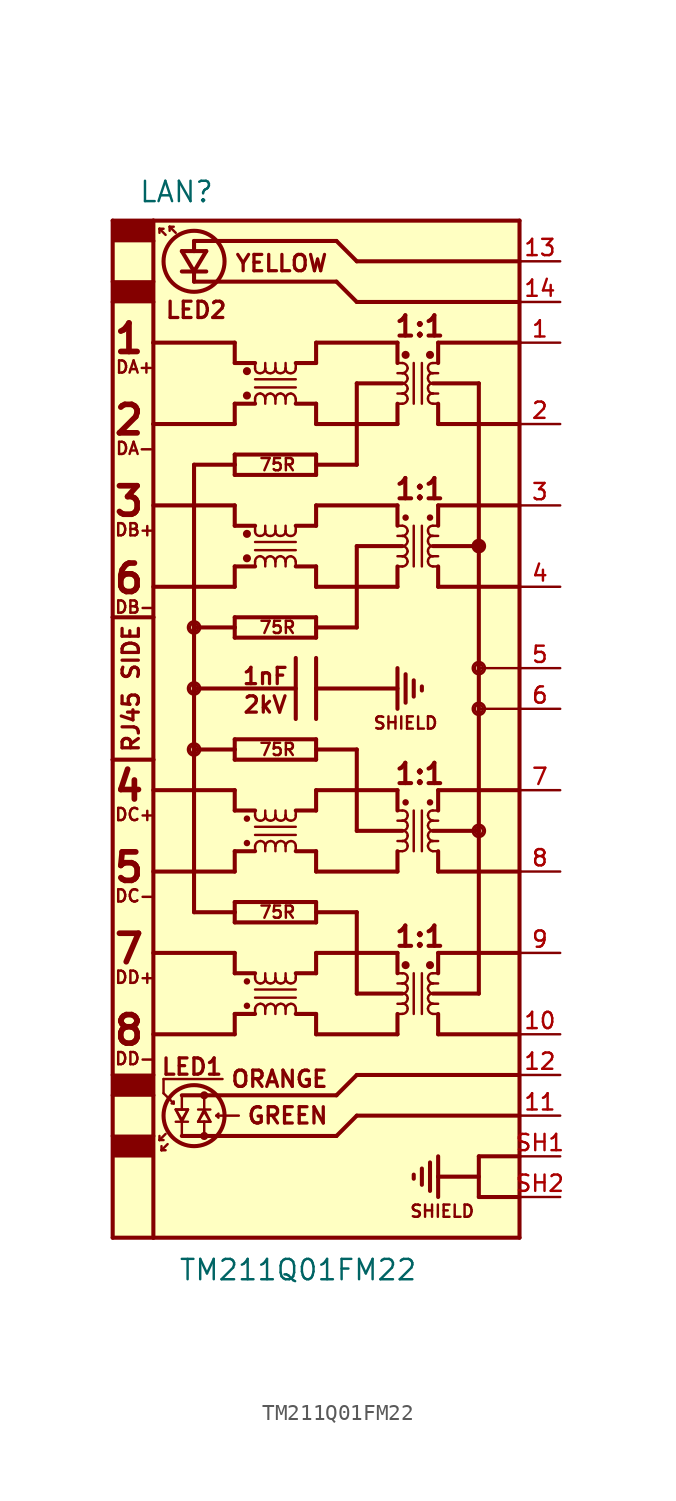
<source format=kicad_sym>
(kicad_symbol_lib
  (version 20220914)
  (generator kicad_symbol_editor)
  (symbol "TM211Q01FM22"
    (pin_names
      (offset 1.016) hide)
    (property "Reference" "LAN"
      (at -6.35 33.02 0)
      (effects (font (size 1.27 1.27)) (justify right top)))
    (property "Value" "TM211Q01FM22"
      (at 6.35 -34.29 0)
      (effects (font (size 1.27 1.27)) (justify right top)))
    (symbol "TM211Q01FM22_1_0"
      (polyline (pts (xy -12.7 -33.02) (xy -10.16 -33.02)) (stroke (width 0.254) (type solid)) (fill (type none)))
      (polyline (pts (xy -12.7 -26.67) (xy -12.7 -33.02)) (stroke (width 0.254) (type solid)) (fill (type none)))
      (polyline (pts (xy -12.7 -24.13) (xy -12.7 -26.67)) (stroke (width 0.254) (type solid)) (fill (type none)))
      (polyline (pts (xy -12.7 -22.86) (xy -12.7 -24.13)) (stroke (width 0.254) (type solid)) (fill (type none)))
      (polyline (pts (xy -12.7 -22.86) (xy -10.16 -22.86)) (stroke (width 0) (type solid)) (fill (type none)))
      (polyline (pts (xy -12.7 -3.175) (xy -12.7 -22.86)) (stroke (width 0.254) (type solid)) (fill (type none)))
      (polyline (pts (xy -12.7 -3.175) (xy -10.16 -3.175)) (stroke (width 0.254) (type solid)) (fill (type none)))
      (polyline (pts (xy -12.7 5.715) (xy -12.7 -3.175)) (stroke (width 0.254) (type solid)) (fill (type none)))
      (polyline (pts (xy -12.7 5.715) (xy -10.16 5.715)) (stroke (width 0.254) (type solid)) (fill (type none)))
      (polyline (pts (xy -12.7 25.4) (xy -12.7 5.715)) (stroke (width 0.254) (type solid)) (fill (type none)))
      (polyline (pts (xy -12.7 26.67) (xy -12.7 25.4)) (stroke (width 0.254) (type solid)) (fill (type none)))
      (polyline (pts (xy -12.7 30.48) (xy -12.7 26.67)) (stroke (width 0.254) (type solid)) (fill (type none)))
      (polyline (pts (xy -10.16 -33.02) (xy -10.16 -26.67)) (stroke (width 0.254) (type solid)) (fill (type none)))
      (polyline (pts (xy -10.16 -26.67) (xy -12.7 -26.67)) (stroke (width 0) (type solid)) (fill (type none)))
      (polyline (pts (xy -10.16 -26.67) (xy -10.16 -24.13)) (stroke (width 0.254) (type solid)) (fill (type none)))
      (polyline (pts (xy -10.16 -24.13) (xy -12.7 -24.13)) (stroke (width 0) (type solid)) (fill (type none)))
      (polyline (pts (xy -10.16 -24.13) (xy -10.16 -22.86)) (stroke (width 0.254) (type solid)) (fill (type none)))
      (polyline (pts (xy -10.16 -22.86) (xy -10.16 -3.175)) (stroke (width 0.254) (type solid)) (fill (type none)))
      (polyline (pts (xy -10.16 -20.32) (xy -5.08 -20.32)) (stroke (width 0.254) (type solid)) (fill (type none)))
      (polyline (pts (xy -10.16 -15.24) (xy -5.08 -15.24)) (stroke (width 0.254) (type solid)) (fill (type none)))
      (polyline (pts (xy -10.16 -10.16) (xy -5.08 -10.16)) (stroke (width 0.254) (type solid)) (fill (type none)))
      (polyline (pts (xy -10.16 -5.08) (xy -5.08 -5.08)) (stroke (width 0.254) (type solid)) (fill (type none)))
      (polyline (pts (xy -10.16 -3.175) (xy -10.16 5.715)) (stroke (width 0.254) (type solid)) (fill (type none)))
      (polyline (pts (xy -10.16 5.715) (xy -10.16 17.78)) (stroke (width 0.254) (type solid)) (fill (type none)))
      (polyline (pts (xy -10.16 7.62) (xy -5.08 7.62)) (stroke (width 0.254) (type solid)) (fill (type none)))
      (polyline (pts (xy -10.16 12.7) (xy -5.08 12.7)) (stroke (width 0.254) (type solid)) (fill (type none)))
      (polyline (pts (xy -10.16 17.78) (xy -10.16 22.86)) (stroke (width 0.254) (type solid)) (fill (type none)))
      (polyline (pts (xy -10.16 17.78) (xy -5.08 17.78)) (stroke (width 0.254) (type solid)) (fill (type none)))
      (polyline (pts (xy -10.16 22.86) (xy -10.16 25.4)) (stroke (width 0.254) (type solid)) (fill (type none)))
      (polyline (pts (xy -10.16 22.86) (xy -5.08 22.86)) (stroke (width 0.254) (type solid)) (fill (type none)))
      (polyline (pts (xy -10.16 25.4) (xy -12.7 25.4)) (stroke (width 0) (type solid)) (fill (type none)))
      (polyline (pts (xy -10.16 25.4) (xy -10.16 26.67)) (stroke (width 0.254) (type solid)) (fill (type none)))
      (polyline (pts (xy -10.16 26.67) (xy -12.7 26.67)) (stroke (width 0) (type solid)) (fill (type none)))
      (polyline (pts (xy -10.16 26.67) (xy -10.16 29.21)) (stroke (width 0.254) (type solid)) (fill (type none)))
      (polyline (pts (xy -10.16 29.21) (xy -12.7 29.21)) (stroke (width 0) (type solid)) (fill (type none)))
      (polyline (pts (xy -10.16 29.21) (xy -10.16 30.48)) (stroke (width 0.254) (type solid)) (fill (type none)))
      (polyline (pts (xy -10.16 30.48) (xy -12.7 30.48)) (stroke (width 0.254) (type solid)) (fill (type none)))
      (polyline (pts (xy -10.16 30.48) (xy 12.7 30.48)) (stroke (width 0.254) (type solid)) (fill (type none)))
      (polyline (pts (xy -9.779 -26.924) (xy -9.779 -26.67)) (stroke (width 0) (type solid)) (fill (type none)))
      (polyline (pts (xy -9.779 -26.924) (xy -9.525 -26.924)) (stroke (width 0) (type solid)) (fill (type none)))
      (polyline (pts (xy -9.779 29.972) (xy -9.779 29.718)) (stroke (width 0) (type solid)) (fill (type none)))
      (polyline (pts (xy -9.652 -27.559) (xy -9.398 -27.559)) (stroke (width 0) (type solid)) (fill (type none)))
      (polyline (pts (xy -9.652 -27.305) (xy -9.652 -27.559)) (stroke (width 0) (type solid)) (fill (type none)))
      (polyline (pts (xy -9.525 -24.003) (xy -9.525 -23.114)) (stroke (width 0) (type solid)) (fill (type none)))
      (polyline (pts (xy -9.525 -23.114) (xy -5.842 -23.114)) (stroke (width 0) (type solid)) (fill (type none)))
      (polyline (pts (xy -9.525 29.972) (xy -9.779 29.972)) (stroke (width 0) (type solid)) (fill (type none)))
      (polyline (pts (xy -9.398 -26.543) (xy -9.779 -26.924)) (stroke (width 0) (type solid)) (fill (type none)))
      (polyline (pts (xy -9.398 29.591) (xy -9.779 29.972)) (stroke (width 0) (type solid)) (fill (type none)))
      (polyline (pts (xy -9.271 -27.178) (xy -9.652 -27.559)) (stroke (width 0) (type solid)) (fill (type none)))
      (polyline (pts (xy -9.144 30.099) (xy -9.144 29.845)) (stroke (width 0) (type solid)) (fill (type none)))
      (polyline (pts (xy -9.144 30.099) (xy -8.89 30.099)) (stroke (width 0) (type solid)) (fill (type none)))
      (polyline (pts (xy -8.89 -24.638) (xy -9.525 -24.003)) (stroke (width 0) (type solid)) (fill (type none)))
      (polyline (pts (xy -8.89 -24.638) (xy -9.017 -24.638)) (stroke (width 0) (type solid)) (fill (type none)))
      (polyline (pts (xy -8.89 -24.511) (xy -8.89 -24.638)) (stroke (width 0) (type solid)) (fill (type none)))
      (polyline (pts (xy -8.763 -25.781) (xy -8.382 -25.781)) (stroke (width 0) (type solid)) (fill (type none)))
      (polyline (pts (xy -8.763 -25.019) (xy -8.382 -25.781)) (stroke (width 0) (type solid)) (fill (type none)))
      (polyline (pts (xy -8.763 -25.019) (xy -8.382 -25.019)) (stroke (width 0) (type solid)) (fill (type none)))
      (polyline (pts (xy -8.763 29.718) (xy -9.144 30.099)) (stroke (width 0) (type solid)) (fill (type none)))
      (polyline (pts (xy -8.382 -26.67) (xy -6.985 -26.67)) (stroke (width 0.254) (type solid)) (fill (type none)))
      (polyline (pts (xy -8.382 -25.781) (xy -8.382 -26.67)) (stroke (width 0) (type solid)) (fill (type none)))
      (polyline (pts (xy -8.382 -25.781) (xy -8.001 -25.781)) (stroke (width 0) (type solid)) (fill (type none)))
      (polyline (pts (xy -8.382 -25.781) (xy -8.001 -25.019)) (stroke (width 0) (type solid)) (fill (type none)))
      (polyline (pts (xy -8.382 -25.019) (xy -8.382 -24.13)) (stroke (width 0) (type solid)) (fill (type none)))
      (polyline (pts (xy -8.382 -25.019) (xy -8.001 -25.019)) (stroke (width 0) (type solid)) (fill (type none)))
      (polyline (pts (xy -8.382 -24.13) (xy -6.985 -24.13)) (stroke (width 0.254) (type solid)) (fill (type none)))
      (polyline (pts (xy -7.62 -12.7) (xy -7.62 -2.54)) (stroke (width 0.254) (type solid)) (fill (type none)))
      (polyline (pts (xy -7.62 -2.54) (xy -7.62 1.27)) (stroke (width 0.254) (type solid)) (fill (type none)))
      (polyline (pts (xy -7.62 1.27) (xy -7.62 5.08)) (stroke (width 0.254) (type solid)) (fill (type none)))
      (polyline (pts (xy -7.62 1.27) (xy -1.27 1.27)) (stroke (width 0.254) (type solid)) (fill (type none)))
      (polyline (pts (xy -7.62 15.24) (xy -7.62 5.08)) (stroke (width 0.254) (type solid)) (fill (type none)))
      (polyline (pts (xy -7.62 26.67) (xy 1.27 26.67)) (stroke (width 0.254) (type solid)) (fill (type none)))
      (polyline (pts (xy -7.62 27.305) (xy -8.382 27.305)) (stroke (width 0.254) (type solid)) (fill (type none)))
      (polyline (pts (xy -7.62 27.305) (xy -8.382 28.575)) (stroke (width 0.254) (type solid)) (fill (type outline)))
      (polyline (pts (xy -7.62 27.305) (xy -7.62 26.67)) (stroke (width 0.254) (type solid)) (fill (type none)))
      (polyline (pts (xy -7.62 28.575) (xy -7.62 29.21)) (stroke (width 0.254) (type solid)) (fill (type none)))
      (polyline (pts (xy -7.62 29.21) (xy 1.27 29.21)) (stroke (width 0.254) (type solid)) (fill (type none)))
      (polyline (pts (xy -7.366 -25.781) (xy -6.985 -25.781)) (stroke (width 0) (type solid)) (fill (type none)))
      (polyline (pts (xy -7.366 -25.781) (xy -6.985 -25.019)) (stroke (width 0) (type solid)) (fill (type none)))
      (polyline (pts (xy -7.366 -25.019) (xy -6.985 -25.019)) (stroke (width 0) (type solid)) (fill (type none)))
      (polyline (pts (xy -6.985 -26.67) (xy 1.27 -26.67)) (stroke (width 0.254) (type solid)) (fill (type none)))
      (polyline (pts (xy -6.985 -25.781) (xy -6.985 -26.67)) (stroke (width 0) (type solid)) (fill (type none)))
      (polyline (pts (xy -6.985 -25.781) (xy -6.604 -25.781)) (stroke (width 0) (type solid)) (fill (type none)))
      (polyline (pts (xy -6.985 -25.019) (xy -6.985 -24.13)) (stroke (width 0) (type solid)) (fill (type none)))
      (polyline (pts (xy -6.985 -25.019) (xy -6.604 -25.781)) (stroke (width 0) (type solid)) (fill (type none)))
      (polyline (pts (xy -6.985 -25.019) (xy -6.604 -25.019)) (stroke (width 0) (type solid)) (fill (type none)))
      (polyline (pts (xy -6.985 -24.13) (xy 1.27 -24.13)) (stroke (width 0.254) (type solid)) (fill (type none)))
      (polyline (pts (xy -6.858 27.305) (xy -7.62 27.305)) (stroke (width 0.254) (type solid)) (fill (type none)))
      (polyline (pts (xy -6.858 28.575) (xy -8.382 28.575)) (stroke (width 0.254) (type solid)) (fill (type none)))
      (polyline (pts (xy -6.858 28.575) (xy -7.62 27.305)) (stroke (width 0.254) (type solid)) (fill (type none)))
      (polyline (pts (xy -6.223 -25.4) (xy -6.096 -25.527)) (stroke (width 0) (type solid)) (fill (type none)))
      (polyline (pts (xy -6.223 -25.4) (xy -4.826 -25.4)) (stroke (width 0) (type solid)) (fill (type none)))
      (polyline (pts (xy -6.096 -25.273) (xy -6.223 -25.4)) (stroke (width 0) (type solid)) (fill (type none)))
      (polyline (pts (xy -5.08 -20.32) (xy -5.08 -19.05)) (stroke (width 0.254) (type solid)) (fill (type none)))
      (polyline (pts (xy -5.08 -19.05) (xy -3.81 -19.05)) (stroke (width 0.254) (type solid)) (fill (type none)))
      (polyline (pts (xy -5.08 -16.51) (xy -3.81 -16.51)) (stroke (width 0.254) (type solid)) (fill (type none)))
      (polyline (pts (xy -5.08 -15.24) (xy -5.08 -16.51)) (stroke (width 0.254) (type solid)) (fill (type none)))
      (polyline (pts (xy -5.08 -13.335) (xy -5.08 -12.7)) (stroke (width 0.254) (type solid)) (fill (type none)))
      (polyline (pts (xy -5.08 -12.7) (xy -7.62 -12.7)) (stroke (width 0.254) (type solid)) (fill (type none)))
      (polyline (pts (xy -5.08 -12.7) (xy -5.08 -12.065)) (stroke (width 0.254) (type solid)) (fill (type none)))
      (polyline (pts (xy -5.08 -12.065) (xy 0 -12.065)) (stroke (width 0.254) (type solid)) (fill (type none)))
      (polyline (pts (xy -5.08 -10.16) (xy -5.08 -8.89)) (stroke (width 0.254) (type solid)) (fill (type none)))
      (polyline (pts (xy -5.08 -8.89) (xy -3.81 -8.89)) (stroke (width 0.254) (type solid)) (fill (type none)))
      (polyline (pts (xy -5.08 -6.35) (xy -3.81 -6.35)) (stroke (width 0.254) (type solid)) (fill (type none)))
      (polyline (pts (xy -5.08 -5.08) (xy -5.08 -6.35)) (stroke (width 0.254) (type solid)) (fill (type none)))
      (polyline (pts (xy -5.08 -3.175) (xy -5.08 -2.54)) (stroke (width 0.254) (type solid)) (fill (type none)))
      (polyline (pts (xy -5.08 -2.54) (xy -7.62 -2.54)) (stroke (width 0.254) (type solid)) (fill (type none)))
      (polyline (pts (xy -5.08 -2.54) (xy -5.08 -1.905)) (stroke (width 0.254) (type solid)) (fill (type none)))
      (polyline (pts (xy -5.08 -1.905) (xy 0 -1.905)) (stroke (width 0.254) (type solid)) (fill (type none)))
      (polyline (pts (xy -5.08 4.445) (xy -5.08 5.08)) (stroke (width 0.254) (type solid)) (fill (type none)))
      (polyline (pts (xy -5.08 5.08) (xy -7.62 5.08)) (stroke (width 0.254) (type solid)) (fill (type none)))
      (polyline (pts (xy -5.08 5.08) (xy -5.08 5.715)) (stroke (width 0.254) (type solid)) (fill (type none)))
      (polyline (pts (xy -5.08 5.715) (xy 0 5.715)) (stroke (width 0.254) (type solid)) (fill (type none)))
      (polyline (pts (xy -5.08 7.62) (xy -5.08 8.89)) (stroke (width 0.254) (type solid)) (fill (type none)))
      (polyline (pts (xy -5.08 8.89) (xy -3.81 8.89)) (stroke (width 0.254) (type solid)) (fill (type none)))
      (polyline (pts (xy -5.08 11.43) (xy -3.81 11.43)) (stroke (width 0.254) (type solid)) (fill (type none)))
      (polyline (pts (xy -5.08 12.7) (xy -5.08 11.43)) (stroke (width 0.254) (type solid)) (fill (type none)))
      (polyline (pts (xy -5.08 14.605) (xy -5.08 15.24)) (stroke (width 0.254) (type solid)) (fill (type none)))
      (polyline (pts (xy -5.08 15.24) (xy -7.62 15.24)) (stroke (width 0.254) (type solid)) (fill (type none)))
      (polyline (pts (xy -5.08 15.24) (xy -5.08 15.875)) (stroke (width 0.254) (type solid)) (fill (type none)))
      (polyline (pts (xy -5.08 15.875) (xy 0 15.875)) (stroke (width 0.254) (type solid)) (fill (type none)))
      (polyline (pts (xy -5.08 17.78) (xy -5.08 19.05)) (stroke (width 0.254) (type solid)) (fill (type none)))
      (polyline (pts (xy -5.08 19.05) (xy -3.81 19.05)) (stroke (width 0.254) (type solid)) (fill (type none)))
      (polyline (pts (xy -5.08 21.59) (xy -3.81 21.59)) (stroke (width 0.254) (type solid)) (fill (type none)))
      (polyline (pts (xy -5.08 22.86) (xy -5.08 21.59)) (stroke (width 0.254) (type solid)) (fill (type none)))
      (polyline (pts (xy -3.81 -19.05) (xy -3.81 -18.72)) (stroke (width 0) (type solid)) (fill (type none)))
      (polyline (pts (xy -3.81 -18.034) (xy -1.27 -18.034)) (stroke (width 0) (type solid)) (fill (type none)))
      (polyline (pts (xy -3.81 -17.526) (xy -1.27 -17.526)) (stroke (width 0) (type solid)) (fill (type none)))
      (polyline (pts (xy -3.81 -16.51) (xy -3.81 -16.815)) (stroke (width 0) (type solid)) (fill (type none)))
      (polyline (pts (xy -3.81 -8.89) (xy -3.81 -8.56)) (stroke (width 0) (type solid)) (fill (type none)))
      (polyline (pts (xy -3.81 -7.874) (xy -1.27 -7.874)) (stroke (width 0) (type solid)) (fill (type none)))
      (polyline (pts (xy -3.81 -7.366) (xy -1.27 -7.366)) (stroke (width 0) (type solid)) (fill (type none)))
      (polyline (pts (xy -3.81 -6.35) (xy -3.81 -6.655)) (stroke (width 0) (type solid)) (fill (type none)))
      (polyline (pts (xy -3.81 8.89) (xy -3.81 9.195)) (stroke (width 0) (type solid)) (fill (type none)))
      (polyline (pts (xy -3.81 9.906) (xy -1.27 9.906)) (stroke (width 0) (type solid)) (fill (type none)))
      (polyline (pts (xy -3.81 10.414) (xy -1.27 10.414)) (stroke (width 0) (type solid)) (fill (type none)))
      (polyline (pts (xy -3.81 11.43) (xy -3.81 11.1)) (stroke (width 0) (type solid)) (fill (type none)))
      (polyline (pts (xy -3.81 19.05) (xy -3.81 19.355)) (stroke (width 0) (type solid)) (fill (type none)))
      (polyline (pts (xy -3.81 20.066) (xy -1.27 20.066)) (stroke (width 0) (type solid)) (fill (type none)))
      (polyline (pts (xy -3.81 20.574) (xy -1.27 20.574)) (stroke (width 0) (type solid)) (fill (type none)))
      (polyline (pts (xy -3.81 21.59) (xy -3.81 21.26)) (stroke (width 0) (type solid)) (fill (type none)))
      (polyline (pts (xy -3.175 -19.05) (xy -3.175 -18.72)) (stroke (width 0) (type solid)) (fill (type none)))
      (polyline (pts (xy -3.175 -16.51) (xy -3.175 -16.815)) (stroke (width 0) (type solid)) (fill (type none)))
      (polyline (pts (xy -3.175 -8.89) (xy -3.175 -8.56)) (stroke (width 0) (type solid)) (fill (type none)))
      (polyline (pts (xy -3.175 -6.35) (xy -3.175 -6.655)) (stroke (width 0) (type solid)) (fill (type none)))
      (polyline (pts (xy -3.175 8.89) (xy -3.175 9.195)) (stroke (width 0) (type solid)) (fill (type none)))
      (polyline (pts (xy -3.175 11.43) (xy -3.175 11.1)) (stroke (width 0) (type solid)) (fill (type none)))
      (polyline (pts (xy -3.175 19.05) (xy -3.175 19.355)) (stroke (width 0) (type solid)) (fill (type none)))
      (polyline (pts (xy -3.175 21.59) (xy -3.175 21.26)) (stroke (width 0) (type solid)) (fill (type none)))
      (polyline (pts (xy -2.54 -19.05) (xy -2.54 -18.72)) (stroke (width 0) (type solid)) (fill (type none)))
      (polyline (pts (xy -2.54 -16.51) (xy -2.54 -16.815)) (stroke (width 0) (type solid)) (fill (type none)))
      (polyline (pts (xy -2.54 -8.89) (xy -2.54 -8.56)) (stroke (width 0) (type solid)) (fill (type none)))
      (polyline (pts (xy -2.54 -6.35) (xy -2.54 -6.655)) (stroke (width 0) (type solid)) (fill (type none)))
      (polyline (pts (xy -2.54 8.89) (xy -2.54 9.195)) (stroke (width 0) (type solid)) (fill (type none)))
      (polyline (pts (xy -2.54 11.43) (xy -2.54 11.1)) (stroke (width 0) (type solid)) (fill (type none)))
      (polyline (pts (xy -2.54 19.05) (xy -2.54 19.355)) (stroke (width 0) (type solid)) (fill (type none)))
      (polyline (pts (xy -2.54 21.59) (xy -2.54 21.26)) (stroke (width 0) (type solid)) (fill (type none)))
      (polyline (pts (xy -1.905 -19.05) (xy -1.905 -18.72)) (stroke (width 0) (type solid)) (fill (type none)))
      (polyline (pts (xy -1.905 -16.51) (xy -1.905 -16.815)) (stroke (width 0) (type solid)) (fill (type none)))
      (polyline (pts (xy -1.905 -8.89) (xy -1.905 -8.56)) (stroke (width 0) (type solid)) (fill (type none)))
      (polyline (pts (xy -1.905 -6.35) (xy -1.905 -6.655)) (stroke (width 0) (type solid)) (fill (type none)))
      (polyline (pts (xy -1.905 8.89) (xy -1.905 9.195)) (stroke (width 0) (type solid)) (fill (type none)))
      (polyline (pts (xy -1.905 11.43) (xy -1.905 11.1)) (stroke (width 0) (type solid)) (fill (type none)))
      (polyline (pts (xy -1.905 19.05) (xy -1.905 19.355)) (stroke (width 0) (type solid)) (fill (type none)))
      (polyline (pts (xy -1.905 21.59) (xy -1.905 21.26)) (stroke (width 0) (type solid)) (fill (type none)))
      (polyline (pts (xy -1.27 -18.72) (xy -1.27 -19.05)) (stroke (width 0) (type solid)) (fill (type none)))
      (polyline (pts (xy -1.27 -16.815) (xy -1.27 -16.51)) (stroke (width 0) (type solid)) (fill (type none)))
      (polyline (pts (xy -1.27 -8.56) (xy -1.27 -8.89)) (stroke (width 0) (type solid)) (fill (type none)))
      (polyline (pts (xy -1.27 -6.655) (xy -1.27 -6.35)) (stroke (width 0) (type solid)) (fill (type none)))
      (polyline (pts (xy -1.27 3.175) (xy -1.27 -0.635)) (stroke (width 0.254) (type solid)) (fill (type none)))
      (polyline (pts (xy -1.27 9.195) (xy -1.27 8.89)) (stroke (width 0) (type solid)) (fill (type none)))
      (polyline (pts (xy -1.27 11.1) (xy -1.27 11.43)) (stroke (width 0) (type solid)) (fill (type none)))
      (polyline (pts (xy -1.27 19.355) (xy -1.27 19.05)) (stroke (width 0) (type solid)) (fill (type none)))
      (polyline (pts (xy -1.27 21.26) (xy -1.27 21.59)) (stroke (width 0) (type solid)) (fill (type none)))
      (polyline (pts (xy 0 -20.32) (xy 5.08 -20.32)) (stroke (width 0.254) (type solid)) (fill (type none)))
      (polyline (pts (xy 0 -19.05) (xy -1.27 -19.05)) (stroke (width 0.254) (type solid)) (fill (type none)))
      (polyline (pts (xy 0 -19.05) (xy 0 -20.32)) (stroke (width 0.254) (type solid)) (fill (type none)))
      (polyline (pts (xy 0 -16.51) (xy -1.27 -16.51)) (stroke (width 0.254) (type solid)) (fill (type none)))
      (polyline (pts (xy 0 -16.51) (xy 0 -15.24)) (stroke (width 0.254) (type solid)) (fill (type none)))
      (polyline (pts (xy 0 -15.24) (xy 5.08 -15.24)) (stroke (width 0.254) (type solid)) (fill (type none)))
      (polyline (pts (xy 0 -13.335) (xy -5.08 -13.335)) (stroke (width 0.254) (type solid)) (fill (type none)))
      (polyline (pts (xy 0 -12.065) (xy 0 -13.335)) (stroke (width 0.254) (type solid)) (fill (type none)))
      (polyline (pts (xy 0 -10.16) (xy 5.08 -10.16)) (stroke (width 0.254) (type solid)) (fill (type none)))
      (polyline (pts (xy 0 -8.89) (xy -1.27 -8.89)) (stroke (width 0.254) (type solid)) (fill (type none)))
      (polyline (pts (xy 0 -8.89) (xy 0 -10.16)) (stroke (width 0.254) (type solid)) (fill (type none)))
      (polyline (pts (xy 0 -6.35) (xy -1.27 -6.35)) (stroke (width 0.254) (type solid)) (fill (type none)))
      (polyline (pts (xy 0 -6.35) (xy 0 -5.08)) (stroke (width 0.254) (type solid)) (fill (type none)))
      (polyline (pts (xy 0 -5.08) (xy 5.08 -5.08)) (stroke (width 0.254) (type solid)) (fill (type none)))
      (polyline (pts (xy 0 -3.175) (xy -5.08 -3.175)) (stroke (width 0.254) (type solid)) (fill (type none)))
      (polyline (pts (xy 0 -1.905) (xy 0 -3.175)) (stroke (width 0.254) (type solid)) (fill (type none)))
      (polyline (pts (xy 0 1.27) (xy 0 -0.635)) (stroke (width 0.254) (type solid)) (fill (type none)))
      (polyline (pts (xy 0 1.27) (xy 5.08 1.27)) (stroke (width 0.254) (type solid)) (fill (type none)))
      (polyline (pts (xy 0 3.175) (xy 0 1.27)) (stroke (width 0.254) (type solid)) (fill (type none)))
      (polyline (pts (xy 0 4.445) (xy -5.08 4.445)) (stroke (width 0.254) (type solid)) (fill (type none)))
      (polyline (pts (xy 0 5.715) (xy 0 4.445)) (stroke (width 0.254) (type solid)) (fill (type none)))
      (polyline (pts (xy 0 7.62) (xy 5.08 7.62)) (stroke (width 0.254) (type solid)) (fill (type none)))
      (polyline (pts (xy 0 8.89) (xy -1.27 8.89)) (stroke (width 0.254) (type solid)) (fill (type none)))
      (polyline (pts (xy 0 8.89) (xy 0 7.62)) (stroke (width 0.254) (type solid)) (fill (type none)))
      (polyline (pts (xy 0 11.43) (xy -1.27 11.43)) (stroke (width 0.254) (type solid)) (fill (type none)))
      (polyline (pts (xy 0 11.43) (xy 0 12.7)) (stroke (width 0.254) (type solid)) (fill (type none)))
      (polyline (pts (xy 0 12.7) (xy 5.08 12.7)) (stroke (width 0.254) (type solid)) (fill (type none)))
      (polyline (pts (xy 0 14.605) (xy -5.08 14.605)) (stroke (width 0.254) (type solid)) (fill (type none)))
      (polyline (pts (xy 0 15.875) (xy 0 14.605)) (stroke (width 0.254) (type solid)) (fill (type none)))
      (polyline (pts (xy 0 17.78) (xy 5.08 17.78)) (stroke (width 0.254) (type solid)) (fill (type none)))
      (polyline (pts (xy 0 19.05) (xy -1.27 19.05)) (stroke (width 0.254) (type solid)) (fill (type none)))
      (polyline (pts (xy 0 19.05) (xy 0 17.78)) (stroke (width 0.254) (type solid)) (fill (type none)))
      (polyline (pts (xy 0 21.59) (xy -1.27 21.59)) (stroke (width 0.254) (type solid)) (fill (type none)))
      (polyline (pts (xy 0 21.59) (xy 0 22.86)) (stroke (width 0.254) (type solid)) (fill (type none)))
      (polyline (pts (xy 0 22.86) (xy 5.08 22.86)) (stroke (width 0.254) (type solid)) (fill (type none)))
      (polyline (pts (xy 1.27 -26.67) (xy 2.54 -25.4)) (stroke (width 0.254) (type solid)) (fill (type none)))
      (polyline (pts (xy 1.27 -24.13) (xy 2.54 -22.86)) (stroke (width 0.254) (type solid)) (fill (type none)))
      (polyline (pts (xy 1.27 26.67) (xy 2.54 25.4)) (stroke (width 0.254) (type solid)) (fill (type none)))
      (polyline (pts (xy 1.27 29.21) (xy 2.54 27.94)) (stroke (width 0.254) (type solid)) (fill (type none)))
      (polyline (pts (xy 2.54 -25.4) (xy 12.7 -25.4)) (stroke (width 0.254) (type solid)) (fill (type none)))
      (polyline (pts (xy 2.54 -22.86) (xy 12.7 -22.86)) (stroke (width 0.254) (type solid)) (fill (type none)))
      (polyline (pts (xy 2.54 -17.78) (xy 2.54 -12.7)) (stroke (width 0.254) (type solid)) (fill (type none)))
      (polyline (pts (xy 2.54 -12.7) (xy 0 -12.7)) (stroke (width 0.254) (type solid)) (fill (type none)))
      (polyline (pts (xy 2.54 -7.62) (xy 2.54 -2.54)) (stroke (width 0.254) (type solid)) (fill (type none)))
      (polyline (pts (xy 2.54 -2.54) (xy 0 -2.54)) (stroke (width 0.254) (type solid)) (fill (type none)))
      (polyline (pts (xy 2.54 5.08) (xy 0 5.08)) (stroke (width 0.254) (type solid)) (fill (type none)))
      (polyline (pts (xy 2.54 10.16) (xy 2.54 5.08)) (stroke (width 0.254) (type solid)) (fill (type none)))
      (polyline (pts (xy 2.54 15.24) (xy 0 15.24)) (stroke (width 0.254) (type solid)) (fill (type none)))
      (polyline (pts (xy 2.54 20.32) (xy 2.54 15.24)) (stroke (width 0.254) (type solid)) (fill (type none)))
      (polyline (pts (xy 2.54 25.4) (xy 12.7 25.4)) (stroke (width 0.254) (type solid)) (fill (type none)))
      (polyline (pts (xy 2.54 27.94) (xy 12.7 27.94)) (stroke (width 0.254) (type solid)) (fill (type none)))
      (polyline (pts (xy 5.08 -20.32) (xy 5.08 -19.05)) (stroke (width 0.254) (type solid)) (fill (type none)))
      (polyline (pts (xy 5.08 -18.415) (xy 5.385 -18.415)) (stroke (width 0) (type solid)) (fill (type none)))
      (polyline (pts (xy 5.08 -17.145) (xy 5.385 -17.145)) (stroke (width 0) (type solid)) (fill (type none)))
      (polyline (pts (xy 5.08 -16.51) (xy 5.385 -16.51)) (stroke (width 0) (type solid)) (fill (type none)))
      (polyline (pts (xy 5.08 -15.24) (xy 5.08 -16.51)) (stroke (width 0.254) (type solid)) (fill (type none)))
      (polyline (pts (xy 5.08 -10.16) (xy 5.08 -8.89)) (stroke (width 0.254) (type solid)) (fill (type none)))
      (polyline (pts (xy 5.08 -8.255) (xy 5.385 -8.255)) (stroke (width 0) (type solid)) (fill (type none)))
      (polyline (pts (xy 5.08 -6.985) (xy 5.385 -6.985)) (stroke (width 0) (type solid)) (fill (type none)))
      (polyline (pts (xy 5.08 -6.35) (xy 5.385 -6.35)) (stroke (width 0) (type solid)) (fill (type none)))
      (polyline (pts (xy 5.08 -5.08) (xy 5.08 -6.35)) (stroke (width 0.254) (type solid)) (fill (type none)))
      (polyline (pts (xy 5.08 2.54) (xy 5.08 0)) (stroke (width 0.254) (type solid)) (fill (type none)))
      (polyline (pts (xy 5.08 7.62) (xy 5.08 8.89)) (stroke (width 0.254) (type solid)) (fill (type none)))
      (polyline (pts (xy 5.08 9.525) (xy 5.385 9.525)) (stroke (width 0) (type solid)) (fill (type none)))
      (polyline (pts (xy 5.08 10.795) (xy 5.385 10.795)) (stroke (width 0) (type solid)) (fill (type none)))
      (polyline (pts (xy 5.08 11.43) (xy 5.385 11.43)) (stroke (width 0) (type solid)) (fill (type none)))
      (polyline (pts (xy 5.08 12.7) (xy 5.08 11.43)) (stroke (width 0.254) (type solid)) (fill (type none)))
      (polyline (pts (xy 5.08 17.78) (xy 5.08 19.05)) (stroke (width 0.254) (type solid)) (fill (type none)))
      (polyline (pts (xy 5.08 19.685) (xy 5.385 19.685)) (stroke (width 0) (type solid)) (fill (type none)))
      (polyline (pts (xy 5.08 20.955) (xy 5.385 20.955)) (stroke (width 0) (type solid)) (fill (type none)))
      (polyline (pts (xy 5.08 21.59) (xy 5.385 21.59)) (stroke (width 0) (type solid)) (fill (type none)))
      (polyline (pts (xy 5.08 22.86) (xy 5.08 21.59)) (stroke (width 0.254) (type solid)) (fill (type none)))
      (polyline (pts (xy 5.385 -19.05) (xy 5.08 -19.05)) (stroke (width 0) (type solid)) (fill (type none)))
      (polyline (pts (xy 5.385 -17.78) (xy 2.54 -17.78)) (stroke (width 0.254) (type solid)) (fill (type none)))
      (polyline (pts (xy 5.385 -8.89) (xy 5.08 -8.89)) (stroke (width 0) (type solid)) (fill (type none)))
      (polyline (pts (xy 5.385 -7.62) (xy 2.54 -7.62)) (stroke (width 0.254) (type solid)) (fill (type none)))
      (polyline (pts (xy 5.385 8.89) (xy 5.08 8.89)) (stroke (width 0) (type solid)) (fill (type none)))
      (polyline (pts (xy 5.385 10.16) (xy 2.54 10.16)) (stroke (width 0.254) (type solid)) (fill (type none)))
      (polyline (pts (xy 5.385 19.05) (xy 5.08 19.05)) (stroke (width 0) (type solid)) (fill (type none)))
      (polyline (pts (xy 5.385 20.32) (xy 2.54 20.32)) (stroke (width 0.254) (type solid)) (fill (type none)))
      (polyline (pts (xy 5.588 2.159) (xy 5.588 0.381)) (stroke (width 0.254) (type solid)) (fill (type none)))
      (polyline (pts (xy 6.096 -29.337) (xy 6.096 -29.083)) (stroke (width 0.254) (type solid)) (fill (type none)))
      (polyline (pts (xy 6.096 -16.51) (xy 6.096 -19.05)) (stroke (width 0) (type solid)) (fill (type none)))
      (polyline (pts (xy 6.096 -6.35) (xy 6.096 -8.89)) (stroke (width 0) (type solid)) (fill (type none)))
      (polyline (pts (xy 6.096 1.778) (xy 6.096 0.762)) (stroke (width 0.254) (type solid)) (fill (type none)))
      (polyline (pts (xy 6.096 11.43) (xy 6.096 8.89)) (stroke (width 0) (type solid)) (fill (type none)))
      (polyline (pts (xy 6.096 21.59) (xy 6.096 19.05)) (stroke (width 0) (type solid)) (fill (type none)))
      (polyline (pts (xy 6.604 -29.718) (xy 6.604 -28.702)) (stroke (width 0.254) (type solid)) (fill (type none)))
      (polyline (pts (xy 6.604 -16.51) (xy 6.604 -19.05)) (stroke (width 0) (type solid)) (fill (type none)))
      (polyline (pts (xy 6.604 -6.35) (xy 6.604 -8.89)) (stroke (width 0) (type solid)) (fill (type none)))
      (polyline (pts (xy 6.604 1.397) (xy 6.604 1.143)) (stroke (width 0.254) (type solid)) (fill (type none)))
      (polyline (pts (xy 6.604 11.43) (xy 6.604 8.89)) (stroke (width 0) (type solid)) (fill (type none)))
      (polyline (pts (xy 6.604 21.59) (xy 6.604 19.05)) (stroke (width 0) (type solid)) (fill (type none)))
      (polyline (pts (xy 7.112 -30.099) (xy 7.112 -28.321)) (stroke (width 0.254) (type solid)) (fill (type none)))
      (polyline (pts (xy 7.29 -19.05) (xy 7.62 -19.05)) (stroke (width 0) (type solid)) (fill (type none)))
      (polyline (pts (xy 7.29 -17.78) (xy 10.16 -17.78)) (stroke (width 0.254) (type solid)) (fill (type none)))
      (polyline (pts (xy 7.29 -8.89) (xy 7.62 -8.89)) (stroke (width 0) (type solid)) (fill (type none)))
      (polyline (pts (xy 7.29 -7.62) (xy 10.16 -7.62)) (stroke (width 0.254) (type solid)) (fill (type none)))
      (polyline (pts (xy 7.29 8.89) (xy 7.62 8.89)) (stroke (width 0) (type solid)) (fill (type none)))
      (polyline (pts (xy 7.29 10.16) (xy 10.16 10.16)) (stroke (width 0.254) (type solid)) (fill (type none)))
      (polyline (pts (xy 7.29 19.05) (xy 7.62 19.05)) (stroke (width 0) (type solid)) (fill (type none)))
      (polyline (pts (xy 7.29 20.32) (xy 10.16 20.32)) (stroke (width 0.254) (type solid)) (fill (type none)))
      (polyline (pts (xy 7.62 -30.48) (xy 7.62 -29.21)) (stroke (width 0.254) (type solid)) (fill (type none)))
      (polyline (pts (xy 7.62 -29.21) (xy 7.62 -27.94)) (stroke (width 0.254) (type solid)) (fill (type none)))
      (polyline (pts (xy 7.62 -20.32) (xy 7.62 -19.05)) (stroke (width 0.254) (type solid)) (fill (type none)))
      (polyline (pts (xy 7.62 -18.415) (xy 7.29 -18.415)) (stroke (width 0) (type solid)) (fill (type none)))
      (polyline (pts (xy 7.62 -17.145) (xy 7.29 -17.145)) (stroke (width 0) (type solid)) (fill (type none)))
      (polyline (pts (xy 7.62 -16.51) (xy 7.29 -16.51)) (stroke (width 0) (type solid)) (fill (type none)))
      (polyline (pts (xy 7.62 -15.24) (xy 7.62 -16.51)) (stroke (width 0.254) (type solid)) (fill (type none)))
      (polyline (pts (xy 7.62 -10.16) (xy 7.62 -8.89)) (stroke (width 0.254) (type solid)) (fill (type none)))
      (polyline (pts (xy 7.62 -8.255) (xy 7.29 -8.255)) (stroke (width 0) (type solid)) (fill (type none)))
      (polyline (pts (xy 7.62 -6.985) (xy 7.29 -6.985)) (stroke (width 0) (type solid)) (fill (type none)))
      (polyline (pts (xy 7.62 -6.35) (xy 7.29 -6.35)) (stroke (width 0) (type solid)) (fill (type none)))
      (polyline (pts (xy 7.62 -5.08) (xy 7.62 -6.35)) (stroke (width 0.254) (type solid)) (fill (type none)))
      (polyline (pts (xy 7.62 7.62) (xy 7.62 8.89)) (stroke (width 0.254) (type solid)) (fill (type none)))
      (polyline (pts (xy 7.62 9.525) (xy 7.29 9.525)) (stroke (width 0) (type solid)) (fill (type none)))
      (polyline (pts (xy 7.62 10.795) (xy 7.29 10.795)) (stroke (width 0) (type solid)) (fill (type none)))
      (polyline (pts (xy 7.62 11.43) (xy 7.29 11.43)) (stroke (width 0) (type solid)) (fill (type none)))
      (polyline (pts (xy 7.62 12.7) (xy 7.62 11.43)) (stroke (width 0.254) (type solid)) (fill (type none)))
      (polyline (pts (xy 7.62 17.78) (xy 7.62 19.05)) (stroke (width 0.254) (type solid)) (fill (type none)))
      (polyline (pts (xy 7.62 19.685) (xy 7.29 19.685)) (stroke (width 0) (type solid)) (fill (type none)))
      (polyline (pts (xy 7.62 20.955) (xy 7.29 20.955)) (stroke (width 0) (type solid)) (fill (type none)))
      (polyline (pts (xy 7.62 21.59) (xy 7.29 21.59)) (stroke (width 0) (type solid)) (fill (type none)))
      (polyline (pts (xy 7.62 22.86) (xy 7.62 21.59)) (stroke (width 0.254) (type solid)) (fill (type none)))
      (polyline (pts (xy 10.16 -30.48) (xy 12.7 -30.48)) (stroke (width 0.254) (type solid)) (fill (type none)))
      (polyline (pts (xy 10.16 -29.21) (xy 7.62 -29.21)) (stroke (width 0.254) (type solid)) (fill (type none)))
      (polyline (pts (xy 10.16 -27.94) (xy 10.16 -30.48)) (stroke (width 0.254) (type solid)) (fill (type none)))
      (polyline (pts (xy 10.16 -17.78) (xy 10.16 -7.62)) (stroke (width 0.254) (type solid)) (fill (type none)))
      (polyline (pts (xy 10.16 0) (xy 10.16 -7.62)) (stroke (width 0.254) (type solid)) (fill (type none)))
      (polyline (pts (xy 10.16 2.54) (xy 10.16 0)) (stroke (width 0.254) (type solid)) (fill (type none)))
      (polyline (pts (xy 10.16 10.16) (xy 10.16 2.54)) (stroke (width 0.254) (type solid)) (fill (type none)))
      (polyline (pts (xy 10.16 20.32) (xy 10.16 10.16)) (stroke (width 0.254) (type solid)) (fill (type none)))
      (polyline (pts (xy 12.7 -33.02) (xy -10.16 -33.02)) (stroke (width 0.254) (type solid)) (fill (type none)))
      (polyline (pts (xy 12.7 -30.48) (xy 12.7 -33.02)) (stroke (width 0.254) (type solid)) (fill (type none)))
      (polyline (pts (xy 12.7 -27.94) (xy 10.16 -27.94)) (stroke (width 0.254) (type solid)) (fill (type none)))
      (polyline (pts (xy 12.7 -27.94) (xy 12.7 -30.48)) (stroke (width 0.254) (type solid)) (fill (type none)))
      (polyline (pts (xy 12.7 -20.32) (xy 7.62 -20.32)) (stroke (width 0.254) (type solid)) (fill (type none)))
      (polyline (pts (xy 12.7 -15.24) (xy 7.62 -15.24)) (stroke (width 0.254) (type solid)) (fill (type none)))
      (polyline (pts (xy 12.7 -10.16) (xy 7.62 -10.16)) (stroke (width 0.254) (type solid)) (fill (type none)))
      (polyline (pts (xy 12.7 -5.08) (xy 7.62 -5.08)) (stroke (width 0.254) (type solid)) (fill (type none)))
      (polyline (pts (xy 12.7 0) (xy 10.16 0)) (stroke (width 0) (type solid)) (fill (type none)))
      (polyline (pts (xy 12.7 0) (xy 12.7 -27.94)) (stroke (width 0.254) (type solid)) (fill (type none)))
      (polyline (pts (xy 12.7 2.54) (xy 10.16 2.54)) (stroke (width 0) (type solid)) (fill (type none)))
      (polyline (pts (xy 12.7 2.54) (xy 12.7 0)) (stroke (width 0.254) (type solid)) (fill (type none)))
      (polyline (pts (xy 12.7 7.62) (xy 7.62 7.62)) (stroke (width 0.254) (type solid)) (fill (type none)))
      (polyline (pts (xy 12.7 12.7) (xy 7.62 12.7)) (stroke (width 0.254) (type solid)) (fill (type none)))
      (polyline (pts (xy 12.7 17.78) (xy 7.62 17.78)) (stroke (width 0.254) (type solid)) (fill (type none)))
      (polyline (pts (xy 12.7 17.78) (xy 12.7 2.54)) (stroke (width 0.254) (type solid)) (fill (type none)))
      (polyline (pts (xy 12.7 22.86) (xy 7.62 22.86)) (stroke (width 0.254) (type solid)) (fill (type none)))
      (polyline (pts (xy 12.7 22.86) (xy 12.7 17.78)) (stroke (width 0.254) (type solid)) (fill (type none)))
      (polyline (pts (xy 12.7 25.4) (xy 12.7 22.86)) (stroke (width 0.254) (type solid)) (fill (type none)))
      (polyline (pts (xy 12.7 27.94) (xy 12.7 25.4)) (stroke (width 0.254) (type solid)) (fill (type none)))
      (polyline (pts (xy 12.7 30.48) (xy 12.7 27.94)) (stroke (width 0.254) (type solid)) (fill (type none)))
      (polyline (pts (xy -8.382 -25.654) (xy -8.763 -25.019) (xy -8.001 -25.019) (xy -8.382 -25.654)) (stroke (width 0) (type default)) (fill (type color) (color 255 153 0 1)))
      (polyline (pts (xy -7.62 27.305) (xy -8.382 28.575) (xy -6.858 28.575) (xy -7.62 27.305)) (stroke (width 0) (type default)) (fill (type color) (color 255 255 0 1)))
      (polyline (pts (xy -6.985 -25.146) (xy -6.604 -25.781) (xy -7.366 -25.781) (xy -6.985 -25.146)) (stroke (width 0) (type default)) (fill (type color) (color 0 255 0 1)))
      (text "1" (at -11.684 23.114 0) (effects (font (size 1.778 1.778) bold)))
      (text "1:1" (at 6.477 -14.224 0) (effects (font (size 1.27 1.27) bold)))
      (text "1:1" (at 6.477 -4.064 0) (effects (font (size 1.27 1.27) bold)))
      (text "1:1" (at 6.477 13.716 0) (effects (font (size 1.27 1.27) bold)))
      (text "1:1" (at 6.477 23.876 0) (effects (font (size 1.27 1.27) bold)))
      (text "1nF" (at -3.175 2.032 0) (effects (font (size 1.016 1.016) bold)))
      (text "2" (at -11.684 18.034 0) (effects (font (size 1.778 1.778) bold)))
      (text "2kV" (at -3.175 0.254 0) (effects (font (size 1.016 1.016) bold)))
      (text "3" (at -11.684 12.954 0) (effects (font (size 1.778 1.778) bold)))
      (text "4" (at -11.684 -4.826 0) (effects (font (size 1.778 1.778) bold)))
      (text "5" (at -11.684 -9.906 0) (effects (font (size 1.778 1.778) bold)))
      (text "6" (at -11.684 8.128 0) (effects (font (size 1.778 1.778) bold)))
      (text "7" (at -11.684 -14.986 0) (effects (font (size 1.778 1.778) bold)))
      (text "75R" (at -2.413 -12.7 0) (effects (font (size 0.762 0.762) bold)))
      (text "75R" (at -2.413 -2.54 0) (effects (font (size 0.762 0.762) bold)))
      (text "75R" (at -2.413 5.08 0) (effects (font (size 0.762 0.762) bold)))
      (text "75R" (at -2.413 15.24 0) (effects (font (size 0.762 0.762) bold)))
      (text "8" (at -11.684 -20.066 0) (effects (font (size 1.778 1.778) bold)))
      (text "DA+" (at -11.303 21.336 0) (effects (font (size 0.762 0.762) bold)))
      (text "DA-" (at -11.303 16.256 0) (effects (font (size 0.762 0.762) bold)))
      (text "DB+" (at -11.303 11.176 0) (effects (font (size 0.762 0.762) bold)))
      (text "DB-" (at -11.303 6.35 0) (effects (font (size 0.762 0.762) bold)))
      (text "DC+" (at -11.303 -6.604 0) (effects (font (size 0.762 0.762) bold)))
      (text "DC-" (at -11.303 -11.684 0) (effects (font (size 0.762 0.762) bold)))
      (text "DD+" (at -11.303 -16.764 0) (effects (font (size 0.762 0.762) bold)))
      (text "DD-" (at -11.303 -21.844 0) (effects (font (size 0.762 0.762) bold)))
      (text "GREEN" (at -1.778 -25.4 0) (effects (font (size 1.016 1.016) bold)))
      (text "LED1" (at -7.747 -22.352 0) (effects (font (size 1.016 1.016) bold)))
      (text "LED2" (at -7.493 24.892 0) (effects (font (size 1.016 1.016) bold)))
      (text "ORANGE" (at -2.286 -23.114 0) (effects (font (size 1.016 1.016) bold)))
      (text "RJ45 SIDE" (at -11.557 1.27 900) (effects (font (size 1.016 1.016) bold)))
      (text "SHIELD" (at 5.588 -0.889 0) (effects (font (size 0.762 0.762) bold)))
      (text "SHIELD" (at 7.874 -31.369 0) (effects (font (size 0.762 0.762) bold)))
      (text "YELLOW" (at -2.159 27.813 0) (effects (font (size 1.016 1.016) bold))))
    (symbol "TM211Q01FM22_1_1"
      (rectangle (start -12.7 -27.94) (end -10.16 -26.67) (stroke (width 0) (type solid)) (fill (type outline)))
      (rectangle (start -12.7 -24.13) (end -10.16 -22.86) (stroke (width 0) (type solid)) (fill (type outline)))
      (rectangle (start -12.7 25.4) (end -10.16 26.67) (stroke (width 0) (type solid)) (fill (type outline)))
      (rectangle (start -12.7 29.21) (end -10.16 30.48) (stroke (width 0) (type solid)) (fill (type outline)))
      (rectangle (start -12.7 30.48) (end 12.7 -33.02) (stroke (width 0) (type default)) (fill (type background)))
      (circle (center -7.62 -25.4) (radius 1.905) (stroke (width 0.254) (type solid)) (fill (type none)))
      (circle (center -7.62 -2.54) (radius 0.254) (stroke (width 0) (type solid)) (fill (type none)))
      (circle (center -7.62 -2.54) (radius 0.381) (stroke (width 0) (type solid)) (fill (type none)))
      (circle (center -7.62 1.27) (radius 0.254) (stroke (width 0) (type solid)) (fill (type none)))
      (circle (center -7.62 1.27) (radius 0.381) (stroke (width 0) (type solid)) (fill (type none)))
      (circle (center -7.62 5.08) (radius 0.254) (stroke (width 0) (type solid)) (fill (type none)))
      (circle (center -7.62 5.08) (radius 0.381) (stroke (width 0) (type solid)) (fill (type none)))
      (circle (center -7.62 27.94) (radius 1.905) (stroke (width 0.254) (type solid)) (fill (type none)))
      (circle (center -6.985 -26.67) (radius 0.178) (stroke (width 0) (type solid)) (fill (type outline)))
      (circle (center -6.985 -24.13) (radius 0.178) (stroke (width 0) (type solid)) (fill (type outline)))
      (circle (center -4.318 -18.542) (radius 0.127) (stroke (width 0) (type solid)) (fill (type outline)))
      (circle (center -4.318 -17.018) (radius 0.127) (stroke (width 0) (type solid)) (fill (type outline)))
      (circle (center -4.318 -8.382) (radius 0.127) (stroke (width 0) (type solid)) (fill (type outline)))
      (circle (center -4.318 -6.858) (radius 0.127) (stroke (width 0) (type solid)) (fill (type outline)))
      (circle (center -4.318 9.398) (radius 0.127) (stroke (width 0.254) (type solid)) (fill (type outline)))
      (circle (center -4.318 10.922) (radius 0.127) (stroke (width 0.254) (type solid)) (fill (type outline)))
      (circle (center -4.318 19.558) (radius 0.127) (stroke (width 0.254) (type solid)) (fill (type outline)))
      (circle (center -4.318 21.082) (radius 0.127) (stroke (width 0.254) (type solid)) (fill (type outline)))
      (arc (start -3.81 -16.8148) (mid -3.7133 -17.0483) (end -3.4798 -17.145) (stroke (width 0) (type solid)) (fill (type none)))
      (arc (start -3.81 -6.6548) (mid -3.7133 -6.8883) (end -3.4798 -6.985) (stroke (width 0) (type solid)) (fill (type none)))
      (arc (start -3.81 11.0998) (mid -3.7133 10.8663) (end -3.4798 10.795) (stroke (width 0) (type solid)) (fill (type none)))
      (arc (start -3.81 21.2598) (mid -3.7133 21.0263) (end -3.4798 20.955) (stroke (width 0) (type solid)) (fill (type none)))
      (arc (start -3.4798 -18.415) (mid -3.6953 -18.5043) (end -3.81 -18.7198) (stroke (width 0) (type solid)) (fill (type none)))
      (arc (start -3.4798 -17.145) (mid -3.2463 -17.0483) (end -3.175 -16.8148) (stroke (width 0) (type solid)) (fill (type none)))
      (arc (start -3.4798 -8.255) (mid -3.6953 -8.3443) (end -3.81 -8.5598) (stroke (width 0) (type solid)) (fill (type none)))
      (arc (start -3.4798 -6.985) (mid -3.2463 -6.8883) (end -3.175 -6.6548) (stroke (width 0) (type solid)) (fill (type none)))
      (arc (start -3.4798 9.525) (mid -3.7133 9.4283) (end -3.81 9.1948) (stroke (width 0) (type solid)) (fill (type none)))
      (arc (start -3.4798 10.795) (mid -3.2643 10.8843) (end -3.175 11.0998) (stroke (width 0) (type solid)) (fill (type none)))
      (arc (start -3.4798 19.685) (mid -3.7133 19.5883) (end -3.81 19.3548) (stroke (width 0) (type solid)) (fill (type none)))
      (arc (start -3.4798 20.955) (mid -3.2643 21.0443) (end -3.175 21.2598) (stroke (width 0) (type solid)) (fill (type none)))
      (arc (start -3.175 -18.7198) (mid -3.2643 -18.5043) (end -3.4798 -18.415) (stroke (width 0) (type solid)) (fill (type none)))
      (arc (start -3.175 -16.8148) (mid -3.0783 -17.0483) (end -2.8448 -17.145) (stroke (width 0) (type solid)) (fill (type none)))
      (arc (start -3.175 -8.5598) (mid -3.2643 -8.3443) (end -3.4798 -8.255) (stroke (width 0) (type solid)) (fill (type none)))
      (arc (start -3.175 -6.6548) (mid -3.0783 -6.8883) (end -2.8448 -6.985) (stroke (width 0) (type solid)) (fill (type none)))
      (arc (start -3.175 9.1948) (mid -3.2643 9.4103) (end -3.4798 9.525) (stroke (width 0) (type solid)) (fill (type none)))
      (arc (start -3.175 11.0998) (mid -3.0783 10.8663) (end -2.8448 10.795) (stroke (width 0) (type solid)) (fill (type none)))
      (arc (start -3.175 19.3548) (mid -3.2643 19.5703) (end -3.4798 19.685) (stroke (width 0) (type solid)) (fill (type none)))
      (arc (start -3.175 21.2598) (mid -3.0783 21.0263) (end -2.8448 20.955) (stroke (width 0) (type solid)) (fill (type none)))
      (arc (start -2.8448 -18.415) (mid -3.0603 -18.5043) (end -3.175 -18.7198) (stroke (width 0) (type solid)) (fill (type none)))
      (arc (start -2.8448 -17.145) (mid -2.6113 -17.0483) (end -2.54 -16.8148) (stroke (width 0) (type solid)) (fill (type none)))
      (arc (start -2.8448 -8.255) (mid -3.0603 -8.3443) (end -3.175 -8.5598) (stroke (width 0) (type solid)) (fill (type none)))
      (arc (start -2.8448 -6.985) (mid -2.6113 -6.8883) (end -2.54 -6.6548) (stroke (width 0) (type solid)) (fill (type none)))
      (arc (start -2.8448 9.525) (mid -3.0783 9.4283) (end -3.175 9.1948) (stroke (width 0) (type solid)) (fill (type none)))
      (arc (start -2.8448 10.795) (mid -2.6293 10.8843) (end -2.54 11.0998) (stroke (width 0) (type solid)) (fill (type none)))
      (arc (start -2.8448 19.685) (mid -3.0783 19.5883) (end -3.175 19.3548) (stroke (width 0) (type solid)) (fill (type none)))
      (arc (start -2.8448 20.955) (mid -2.6293 21.0443) (end -2.54 21.2598) (stroke (width 0) (type solid)) (fill (type none)))
      (arc (start -2.54 -18.7198) (mid -2.6293 -18.5043) (end -2.8448 -18.415) (stroke (width 0) (type solid)) (fill (type none)))
      (arc (start -2.54 -16.8148) (mid -2.4433 -17.0483) (end -2.2098 -17.145) (stroke (width 0) (type solid)) (fill (type none)))
      (arc (start -2.54 -8.5598) (mid -2.6293 -8.3443) (end -2.8448 -8.255) (stroke (width 0) (type solid)) (fill (type none)))
      (arc (start -2.54 -6.6548) (mid -2.4433 -6.8883) (end -2.2098 -6.985) (stroke (width 0) (type solid)) (fill (type none)))
      (arc (start -2.54 9.1948) (mid -2.6293 9.4103) (end -2.8448 9.525) (stroke (width 0) (type solid)) (fill (type none)))
      (arc (start -2.54 11.0998) (mid -2.4433 10.8663) (end -2.2098 10.795) (stroke (width 0) (type solid)) (fill (type none)))
      (arc (start -2.54 19.3548) (mid -2.6293 19.5703) (end -2.8448 19.685) (stroke (width 0) (type solid)) (fill (type none)))
      (arc (start -2.54 21.2598) (mid -2.4433 21.0263) (end -2.2098 20.955) (stroke (width 0) (type solid)) (fill (type none)))
      (arc (start -2.2098 -18.415) (mid -2.4253 -18.5043) (end -2.54 -18.7198) (stroke (width 0) (type solid)) (fill (type none)))
      (arc (start -2.2098 -17.145) (mid -1.9763 -17.0483) (end -1.905 -16.8148) (stroke (width 0) (type solid)) (fill (type none)))
      (arc (start -2.2098 -8.255) (mid -2.4253 -8.3443) (end -2.54 -8.5598) (stroke (width 0) (type solid)) (fill (type none)))
      (arc (start -2.2098 -6.985) (mid -1.9763 -6.8883) (end -1.905 -6.6548) (stroke (width 0) (type solid)) (fill (type none)))
      (arc (start -2.2098 9.525) (mid -2.4433 9.4283) (end -2.54 9.1948) (stroke (width 0) (type solid)) (fill (type none)))
      (arc (start -2.2098 10.795) (mid -1.9943 10.8843) (end -1.905 11.0998) (stroke (width 0) (type solid)) (fill (type none)))
      (arc (start -2.2098 19.685) (mid -2.4433 19.5883) (end -2.54 19.3548) (stroke (width 0) (type solid)) (fill (type none)))
      (arc (start -2.2098 20.955) (mid -1.9943 21.0443) (end -1.905 21.2598) (stroke (width 0) (type solid)) (fill (type none)))
      (arc (start -1.905 -18.7198) (mid -1.9943 -18.5043) (end -2.2098 -18.415) (stroke (width 0) (type solid)) (fill (type none)))
      (arc (start -1.905 -16.8148) (mid -1.8083 -17.0483) (end -1.5748 -17.145) (stroke (width 0) (type solid)) (fill (type none)))
      (arc (start -1.905 -8.5598) (mid -1.9943 -8.3443) (end -2.2098 -8.255) (stroke (width 0) (type solid)) (fill (type none)))
      (arc (start -1.905 -6.6548) (mid -1.8083 -6.8883) (end -1.5748 -6.985) (stroke (width 0) (type solid)) (fill (type none)))
      (arc (start -1.905 9.1948) (mid -1.9943 9.4103) (end -2.2098 9.525) (stroke (width 0) (type solid)) (fill (type none)))
      (arc (start -1.905 11.0998) (mid -1.8083 10.8663) (end -1.5748 10.795) (stroke (width 0) (type solid)) (fill (type none)))
      (arc (start -1.905 19.3548) (mid -1.9943 19.5703) (end -2.2098 19.685) (stroke (width 0) (type solid)) (fill (type none)))
      (arc (start -1.905 21.2598) (mid -1.8083 21.0263) (end -1.5748 20.955) (stroke (width 0) (type solid)) (fill (type none)))
      (arc (start -1.5748 -18.415) (mid -1.7903 -18.5043) (end -1.905 -18.7198) (stroke (width 0) (type solid)) (fill (type none)))
      (arc (start -1.5748 -17.145) (mid -1.3413 -17.0483) (end -1.27 -16.8148) (stroke (width 0) (type solid)) (fill (type none)))
      (arc (start -1.5748 -8.255) (mid -1.7903 -8.3443) (end -1.905 -8.5598) (stroke (width 0) (type solid)) (fill (type none)))
      (arc (start -1.5748 -6.985) (mid -1.3413 -6.8883) (end -1.27 -6.6548) (stroke (width 0) (type solid)) (fill (type none)))
      (arc (start -1.5748 9.525) (mid -1.8083 9.4283) (end -1.905 9.1948) (stroke (width 0) (type solid)) (fill (type none)))
      (arc (start -1.5748 10.795) (mid -1.3593 10.8843) (end -1.27 11.0998) (stroke (width 0) (type solid)) (fill (type none)))
      (arc (start -1.5748 19.685) (mid -1.8083 19.5883) (end -1.905 19.3548) (stroke (width 0) (type solid)) (fill (type none)))
      (arc (start -1.5748 20.955) (mid -1.3593 21.0443) (end -1.27 21.2598) (stroke (width 0) (type solid)) (fill (type none)))
      (arc (start -1.27 -18.7198) (mid -1.3593 -18.5043) (end -1.5748 -18.415) (stroke (width 0) (type solid)) (fill (type none)))
      (arc (start -1.27 -8.5598) (mid -1.3593 -8.3443) (end -1.5748 -8.255) (stroke (width 0) (type solid)) (fill (type none)))
      (arc (start -1.27 9.1948) (mid -1.3593 9.4103) (end -1.5748 9.525) (stroke (width 0) (type solid)) (fill (type none)))
      (arc (start -1.27 19.3548) (mid -1.3593 19.5703) (end -1.5748 19.685) (stroke (width 0) (type solid)) (fill (type none)))
      (arc (start 5.3848 -19.05) (mid 5.6183 -18.9533) (end 5.715 -18.7198) (stroke (width 0) (type solid)) (fill (type none)))
      (arc (start 5.3848 -18.415) (mid 5.6183 -18.3183) (end 5.715 -18.0848) (stroke (width 0) (type solid)) (fill (type none)))
      (arc (start 5.3848 -17.78) (mid 5.6183 -17.6833) (end 5.715 -17.4498) (stroke (width 0) (type solid)) (fill (type none)))
      (arc (start 5.3848 -17.145) (mid 5.6183 -17.0483) (end 5.715 -16.8148) (stroke (width 0) (type solid)) (fill (type none)))
      (arc (start 5.3848 -8.89) (mid 5.6183 -8.7933) (end 5.715 -8.5598) (stroke (width 0) (type solid)) (fill (type none)))
      (arc (start 5.3848 -8.255) (mid 5.6183 -8.1583) (end 5.715 -7.9248) (stroke (width 0) (type solid)) (fill (type none)))
      (arc (start 5.3848 -7.62) (mid 5.6183 -7.5233) (end 5.715 -7.2898) (stroke (width 0) (type solid)) (fill (type none)))
      (arc (start 5.3848 -6.985) (mid 5.6183 -6.8883) (end 5.715 -6.6548) (stroke (width 0) (type solid)) (fill (type none)))
      (arc (start 5.3848 8.89) (mid 5.6003 8.9793) (end 5.715 9.1948) (stroke (width 0) (type solid)) (fill (type none)))
      (arc (start 5.3848 9.525) (mid 5.6003 9.6143) (end 5.715 9.8298) (stroke (width 0) (type solid)) (fill (type none)))
      (arc (start 5.3848 10.16) (mid 5.6003 10.2493) (end 5.715 10.4648) (stroke (width 0) (type solid)) (fill (type none)))
      (arc (start 5.3848 10.795) (mid 5.6003 10.8843) (end 5.715 11.0998) (stroke (width 0) (type solid)) (fill (type none)))
      (arc (start 5.3848 19.05) (mid 5.6003 19.1393) (end 5.715 19.3548) (stroke (width 0) (type solid)) (fill (type none)))
      (arc (start 5.3848 19.685) (mid 5.6003 19.7743) (end 5.715 19.9898) (stroke (width 0) (type solid)) (fill (type none)))
      (arc (start 5.3848 20.32) (mid 5.6003 20.4093) (end 5.715 20.6248) (stroke (width 0) (type solid)) (fill (type none)))
      (arc (start 5.3848 20.955) (mid 5.6003 21.0443) (end 5.715 21.2598) (stroke (width 0) (type solid)) (fill (type none)))
      (circle (center 5.588 -16.002) (radius 0.127) (stroke (width 0.254) (type solid)) (fill (type outline)))
      (circle (center 5.588 -5.842) (radius 0.127) (stroke (width 0) (type solid)) (fill (type outline)))
      (circle (center 5.588 11.938) (radius 0.127) (stroke (width 0) (type solid)) (fill (type outline)))
      (circle (center 5.588 22.098) (radius 0.127) (stroke (width 0.254) (type solid)) (fill (type outline)))
      (arc (start 5.715 -18.7198) (mid 5.6183 -18.4863) (end 5.3848 -18.415) (stroke (width 0) (type solid)) (fill (type none)))
      (arc (start 5.715 -18.0848) (mid 5.6183 -17.8513) (end 5.3848 -17.78) (stroke (width 0) (type solid)) (fill (type none)))
      (arc (start 5.715 -17.4498) (mid 5.6183 -17.2163) (end 5.3848 -17.145) (stroke (width 0) (type solid)) (fill (type none)))
      (arc (start 5.715 -16.8148) (mid 5.6183 -16.5813) (end 5.3848 -16.51) (stroke (width 0) (type solid)) (fill (type none)))
      (arc (start 5.715 -8.5598) (mid 5.6183 -8.3263) (end 5.3848 -8.255) (stroke (width 0) (type solid)) (fill (type none)))
      (arc (start 5.715 -7.9248) (mid 5.6183 -7.6913) (end 5.3848 -7.62) (stroke (width 0) (type solid)) (fill (type none)))
      (arc (start 5.715 -7.2898) (mid 5.6183 -7.0563) (end 5.3848 -6.985) (stroke (width 0) (type solid)) (fill (type none)))
      (arc (start 5.715 -6.6548) (mid 5.6183 -6.4213) (end 5.3848 -6.35) (stroke (width 0) (type solid)) (fill (type none)))
      (arc (start 5.715 9.1948) (mid 5.6183 9.4283) (end 5.3848 9.525) (stroke (width 0) (type solid)) (fill (type none)))
      (arc (start 5.715 9.8298) (mid 5.6183 10.0633) (end 5.3848 10.16) (stroke (width 0) (type solid)) (fill (type none)))
      (arc (start 5.715 10.4648) (mid 5.6183 10.6983) (end 5.3848 10.795) (stroke (width 0) (type solid)) (fill (type none)))
      (arc (start 5.715 11.0998) (mid 5.6183 11.3333) (end 5.3848 11.43) (stroke (width 0) (type solid)) (fill (type none)))
      (arc (start 5.715 19.3548) (mid 5.6183 19.5883) (end 5.3848 19.685) (stroke (width 0) (type solid)) (fill (type none)))
      (arc (start 5.715 19.9898) (mid 5.6183 20.2233) (end 5.3848 20.32) (stroke (width 0) (type solid)) (fill (type none)))
      (arc (start 5.715 20.6248) (mid 5.6183 20.8583) (end 5.3848 20.955) (stroke (width 0) (type solid)) (fill (type none)))
      (arc (start 5.715 21.2598) (mid 5.6183 21.4933) (end 5.3848 21.59) (stroke (width 0) (type solid)) (fill (type none)))
      (arc (start 6.985 -18.7198) (mid 7.0743 -18.9353) (end 7.2898 -19.05) (stroke (width 0) (type solid)) (fill (type none)))
      (arc (start 6.985 -18.0848) (mid 7.0743 -18.3003) (end 7.2898 -18.415) (stroke (width 0) (type solid)) (fill (type none)))
      (arc (start 6.985 -17.4498) (mid 7.0743 -17.6653) (end 7.2898 -17.78) (stroke (width 0) (type solid)) (fill (type none)))
      (arc (start 6.985 -16.8148) (mid 7.0743 -17.0303) (end 7.2898 -17.145) (stroke (width 0) (type solid)) (fill (type none)))
      (arc (start 6.985 -8.5598) (mid 7.0743 -8.7753) (end 7.2898 -8.89) (stroke (width 0) (type solid)) (fill (type none)))
      (arc (start 6.985 -7.9248) (mid 7.0743 -8.1403) (end 7.2898 -8.255) (stroke (width 0) (type solid)) (fill (type none)))
      (arc (start 6.985 -7.2898) (mid 7.0743 -7.5053) (end 7.2898 -7.62) (stroke (width 0) (type solid)) (fill (type none)))
      (arc (start 6.985 -6.6548) (mid 7.0743 -6.8703) (end 7.2898 -6.985) (stroke (width 0) (type solid)) (fill (type none)))
      (arc (start 6.985 9.1948) (mid 7.0743 8.9793) (end 7.2898 8.89) (stroke (width 0) (type solid)) (fill (type none)))
      (arc (start 6.985 9.8298) (mid 7.0743 9.6143) (end 7.2898 9.525) (stroke (width 0) (type solid)) (fill (type none)))
      (arc (start 6.985 10.4648) (mid 7.0743 10.2493) (end 7.2898 10.16) (stroke (width 0) (type solid)) (fill (type none)))
      (arc (start 6.985 11.0998) (mid 7.0743 10.8843) (end 7.2898 10.795) (stroke (width 0) (type solid)) (fill (type none)))
      (arc (start 6.985 19.3548) (mid 7.0743 19.1393) (end 7.2898 19.05) (stroke (width 0) (type solid)) (fill (type none)))
      (arc (start 6.985 19.9898) (mid 7.0743 19.7743) (end 7.2898 19.685) (stroke (width 0) (type solid)) (fill (type none)))
      (arc (start 6.985 20.6248) (mid 7.0743 20.4093) (end 7.2898 20.32) (stroke (width 0) (type solid)) (fill (type none)))
      (arc (start 6.985 21.2598) (mid 7.0743 21.0443) (end 7.2898 20.955) (stroke (width 0) (type solid)) (fill (type none)))
      (circle (center 7.112 -16.002) (radius 0.127) (stroke (width 0.254) (type solid)) (fill (type outline)))
      (circle (center 7.112 -5.842) (radius 0.127) (stroke (width 0) (type solid)) (fill (type outline)))
      (circle (center 7.112 11.938) (radius 0.127) (stroke (width 0) (type solid)) (fill (type outline)))
      (circle (center 7.112 22.098) (radius 0.127) (stroke (width 0.254) (type solid)) (fill (type outline)))
      (arc (start 7.2898 -18.415) (mid 7.0743 -18.5043) (end 6.985 -18.7198) (stroke (width 0) (type solid)) (fill (type none)))
      (arc (start 7.2898 -17.78) (mid 7.0743 -17.8693) (end 6.985 -18.0848) (stroke (width 0) (type solid)) (fill (type none)))
      (arc (start 7.2898 -17.145) (mid 7.0743 -17.2343) (end 6.985 -17.4498) (stroke (width 0) (type solid)) (fill (type none)))
      (arc (start 7.2898 -16.51) (mid 7.0743 -16.5993) (end 6.985 -16.8148) (stroke (width 0) (type solid)) (fill (type none)))
      (arc (start 7.2898 -8.255) (mid 7.0743 -8.3443) (end 6.985 -8.5598) (stroke (width 0) (type solid)) (fill (type none)))
      (arc (start 7.2898 -7.62) (mid 7.0743 -7.7093) (end 6.985 -7.9248) (stroke (width 0) (type solid)) (fill (type none)))
      (arc (start 7.2898 -6.985) (mid 7.0743 -7.0743) (end 6.985 -7.2898) (stroke (width 0) (type solid)) (fill (type none)))
      (arc (start 7.2898 -6.35) (mid 7.0743 -6.4393) (end 6.985 -6.6548) (stroke (width 0) (type solid)) (fill (type none)))
      (arc (start 7.2898 9.525) (mid 7.0563 9.4283) (end 6.985 9.1948) (stroke (width 0) (type solid)) (fill (type none)))
      (arc (start 7.2898 10.16) (mid 7.0563 10.0633) (end 6.985 9.8298) (stroke (width 0) (type solid)) (fill (type none)))
      (arc (start 7.2898 10.795) (mid 7.0563 10.6983) (end 6.985 10.4648) (stroke (width 0) (type solid)) (fill (type none)))
      (arc (start 7.2898 11.43) (mid 7.0563 11.3333) (end 6.985 11.0998) (stroke (width 0) (type solid)) (fill (type none)))
      (arc (start 7.2898 19.685) (mid 7.0563 19.5883) (end 6.985 19.3548) (stroke (width 0) (type solid)) (fill (type none)))
      (arc (start 7.2898 20.32) (mid 7.0563 20.2233) (end 6.985 19.9898) (stroke (width 0) (type solid)) (fill (type none)))
      (arc (start 7.2898 20.955) (mid 7.0563 20.8583) (end 6.985 20.6248) (stroke (width 0) (type solid)) (fill (type none)))
      (arc (start 7.2898 21.59) (mid 7.0563 21.4933) (end 6.985 21.2598) (stroke (width 0) (type solid)) (fill (type none)))
      (circle (center 10.16 -7.62) (radius 0.254) (stroke (width 0) (type solid)) (fill (type none)))
      (circle (center 10.16 -7.62) (radius 0.381) (stroke (width 0) (type solid)) (fill (type none)))
      (circle (center 10.16 0) (radius 0.254) (stroke (width 0) (type solid)) (fill (type none)))
      (circle (center 10.16 0) (radius 0.381) (stroke (width 0) (type solid)) (fill (type none)))
      (circle (center 10.16 2.54) (radius 0.254) (stroke (width 0) (type solid)) (fill (type none)))
      (circle (center 10.16 2.54) (radius 0.381) (stroke (width 0) (type solid)) (fill (type none)))
      (circle (center 10.16 10.16) (radius 0.254) (stroke (width 0.254) (type solid)) (fill (type none)))
      (circle (center 10.16 10.16) (radius 0.381) (stroke (width 0) (type solid)) (fill (type none)))
      (pin input line (at 15.24 22.86 180) (length 2.54) (name "P1" (effects (font (size 1.016 1.016)))) (number "1" (effects (font (size 1.016 1.016)))))
      (pin input line (at 15.24 -20.32 180) (length 2.54) (name "P10" (effects (font (size 1.016 1.016)))) (number "10" (effects (font (size 1.016 1.016)))))
      (pin input line (at 15.24 -25.4 180) (length 2.54) (name "11" (effects (font (size 1.016 1.016)))) (number "11" (effects (font (size 1.016 1.016)))))
      (pin input line (at 15.24 -22.86 180) (length 2.54) (name "12" (effects (font (size 1.016 1.016)))) (number "12" (effects (font (size 1.016 1.016)))))
      (pin input line (at 15.24 27.94 180) (length 2.54) (name "13" (effects (font (size 1.016 1.016)))) (number "13" (effects (font (size 1.016 1.016)))))
      (pin input line (at 15.24 25.4 180) (length 2.54) (name "14" (effects (font (size 1.016 1.016)))) (number "14" (effects (font (size 1.016 1.016)))))
      (pin input line (at 15.24 17.78 180) (length 2.54) (name "P2" (effects (font (size 1.016 1.016)))) (number "2" (effects (font (size 1.016 1.016)))))
      (pin input line (at 15.24 12.7 180) (length 2.54) (name "P3" (effects (font (size 1.016 1.016)))) (number "3" (effects (font (size 1.016 1.016)))))
      (pin input line (at 15.24 7.62 180) (length 2.54) (name "P4" (effects (font (size 1.016 1.016)))) (number "4" (effects (font (size 1.016 1.016)))))
      (pin input line (at 15.24 2.54 180) (length 2.54) (name "P5" (effects (font (size 1.016 1.016)))) (number "5" (effects (font (size 1.016 1.016)))))
      (pin input line (at 15.24 0 180) (length 2.54) (name "P6" (effects (font (size 1.016 1.016)))) (number "6" (effects (font (size 1.016 1.016)))))
      (pin input line (at 15.24 -5.08 180) (length 2.54) (name "P7" (effects (font (size 1.016 1.016)))) (number "7" (effects (font (size 1.016 1.016)))))
      (pin input line (at 15.24 -10.16 180) (length 2.54) (name "P8" (effects (font (size 1.016 1.016)))) (number "8" (effects (font (size 1.016 1.016)))))
      (pin input line (at 15.24 -15.24 180) (length 2.54) (name "P9" (effects (font (size 1.016 1.016)))) (number "9" (effects (font (size 1.016 1.016)))))
      (pin input line (at 15.24 -27.94 180) (length 2.54) (name "SH1" (effects (font (size 1.016 1.016)))) (number "SH1" (effects (font (size 1.016 1.016)))))
      (pin input line (at 15.24 -30.48 180) (length 2.54) (name "SH2" (effects (font (size 1.016 1.016)))) (number "SH2" (effects (font (size 1.016 1.016))))))))
</source>
